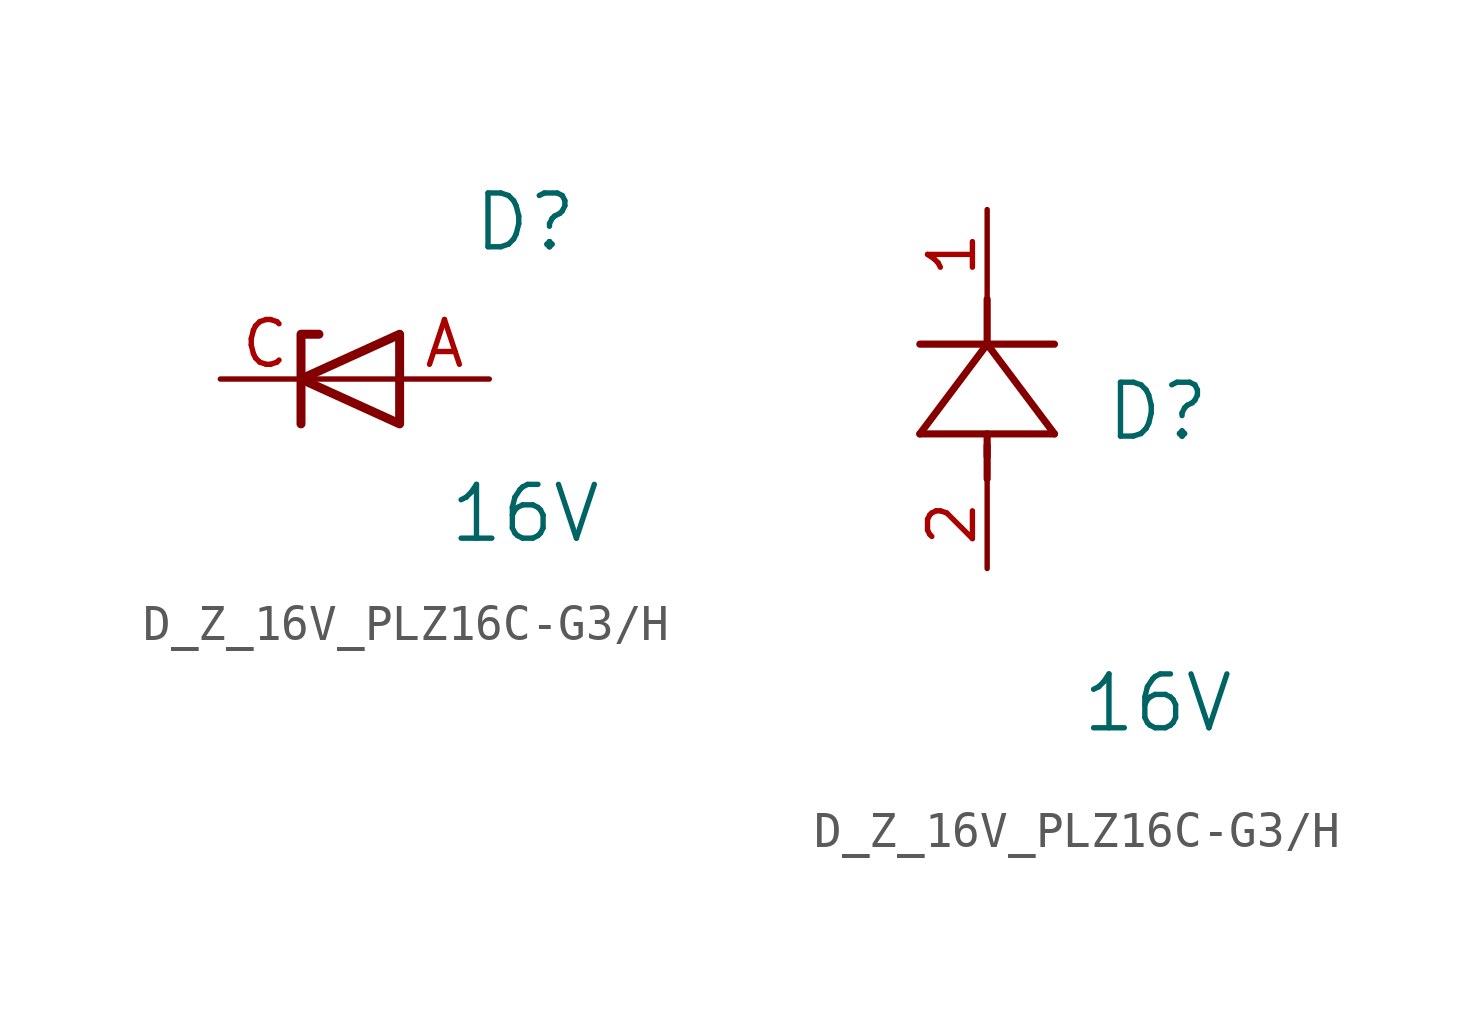
<source format=kicad_sym>
(kicad_symbol_lib
  (version 20220914)
  (generator kicad_symbol_editor)
  (symbol "D_Z_16V_PLZ16C-G3/H"
    (pin_names
      (offset 0.254))
    (property "Reference" "D"
      (at 4.826 4.445 0)
      (effects (font (size 1.524 1.524))))
    (property "Value" "16V"
      (at 4.826 -3.81 0)
      (effects (font (size 1.524 1.524))))
    (symbol "D_Z_16V_PLZ16C-G3/H_0_1"
      (polyline (pts (xy 1.27 0) (xy -1.524 0)) (stroke (width 0) (type default)) (fill (type none)))
      (polyline (pts (xy -1.524 -1.27) (xy -1.524 1.27) (xy -1.016 1.27)) (stroke (width 0.254) (type default)) (fill (type none)))
      (polyline (pts (xy 1.27 -1.27) (xy 1.27 1.27) (xy -1.524 0) (xy 1.27 -1.27)) (stroke (width 0.254) (type default)) (fill (type none))))
    (symbol "D_Z_16V_PLZ16C-G3/H_1_1"
      (pin passive line (at 3.81 0 180) (length 2.54) (name "" (effects (font (size 1.27 1.27)))) (number "A" (effects (font (size 1.27 1.27)))))
      (pin passive line (at -3.81 0 0) (length 2.54) (name "" (effects (font (size 1.27 1.27)))) (number "C" (effects (font (size 1.27 1.27))))))
    (symbol "D_Z_16V_PLZ16C-G3/H_1_2"
      (polyline (pts (xy -1.905 3.81) (xy 1.905 3.81)) (stroke (width 0.203) (type default)) (fill (type none)))
      (polyline (pts (xy 0 2.54) (xy 0 3.48)) (stroke (width 0.203) (type default)) (fill (type none)))
      (polyline (pts (xy 0 3.175) (xy 0 3.81)) (stroke (width 0.203) (type default)) (fill (type none)))
      (polyline (pts (xy 0 6.35) (xy -1.905 3.81)) (stroke (width 0.203) (type default)) (fill (type none)))
      (polyline (pts (xy 0 6.35) (xy 0 7.62)) (stroke (width 0.203) (type default)) (fill (type none)))
      (polyline (pts (xy 1.905 3.81) (xy 0 6.35)) (stroke (width 0.203) (type default)) (fill (type none)))
      (polyline (pts (xy 1.905 6.35) (xy -1.905 6.35)) (stroke (width 0.203) (type default)) (fill (type none)))
      (pin unspecified line (at 0 10.16 270) (length 2.54) (name "" (effects (font (size 1.27 1.27)))) (number "1" (effects (font (size 1.27 1.27)))))
      (pin unspecified line (at 0 0 90) (length 2.54) (name "" (effects (font (size 1.27 1.27)))) (number "2" (effects (font (size 1.27 1.27))))))))
</source>
